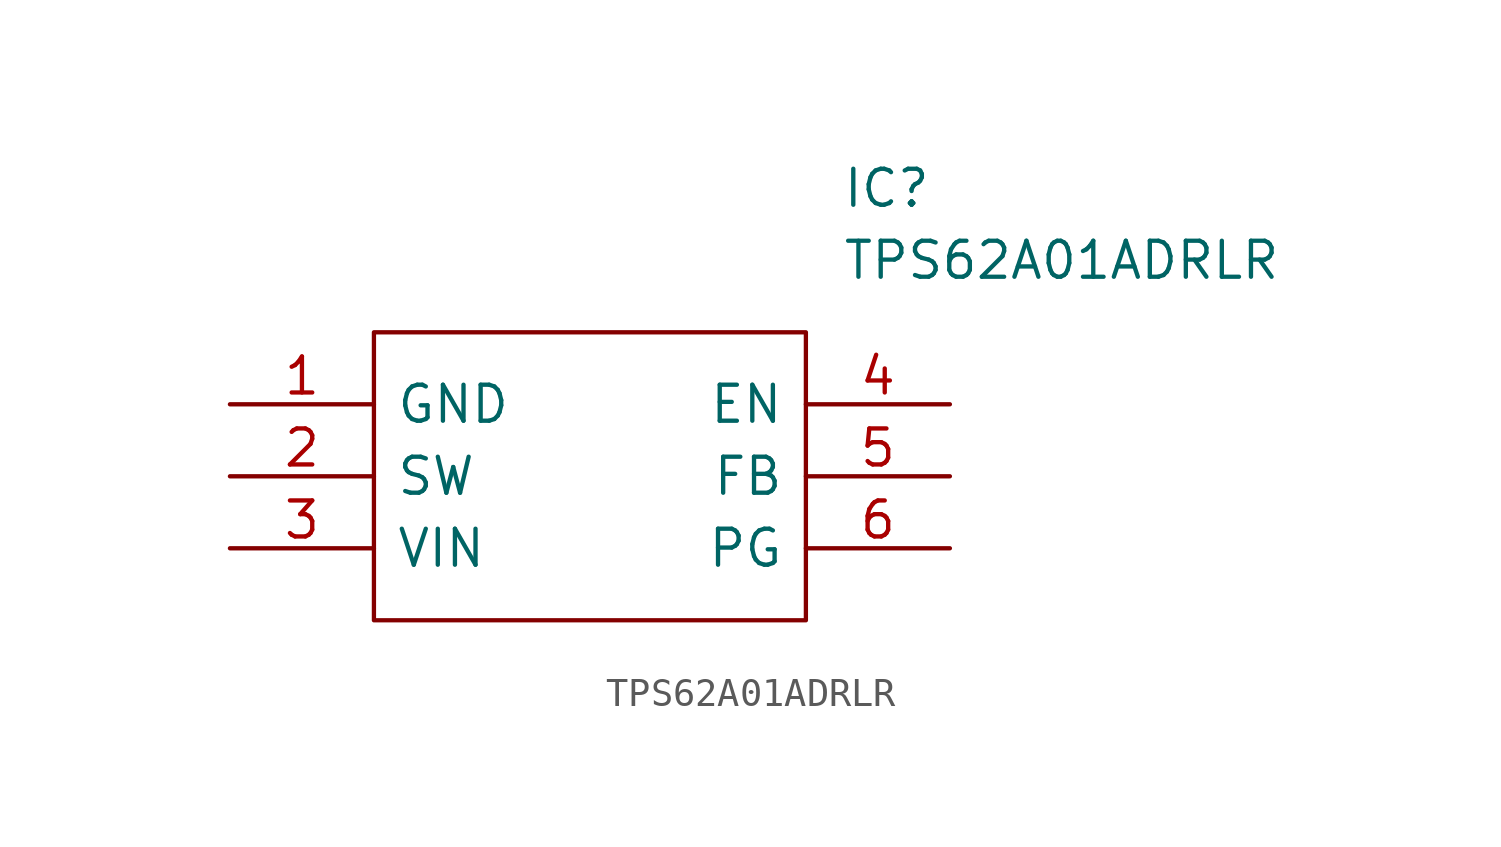
<source format=kicad_sym>
(kicad_symbol_lib
  (version 20211014)
  (generator kicad_symbol_editor)
  (symbol "TPS62A01ADRLR"
    (pin_names
      (offset 0.762))
    (property "Reference" "IC"
      (at 21.59 7.62 0)
      (effects (font (size 1.27 1.27)) (justify left)))
    (property "Value" "TPS62A01ADRLR"
      (at 21.59 5.08 0)
      (effects (font (size 1.27 1.27)) (justify left)))
    (symbol "TPS62A01ADRLR_0_0"
      (pin passive line (at 0 0 0) (length 5.08) (name "GND" (effects (font (size 1.27 1.27)))) (number "1" (effects (font (size 1.27 1.27)))))
      (pin passive line (at 0 -2.54 0) (length 5.08) (name "SW" (effects (font (size 1.27 1.27)))) (number "2" (effects (font (size 1.27 1.27)))))
      (pin passive line (at 0 -5.08 0) (length 5.08) (name "VIN" (effects (font (size 1.27 1.27)))) (number "3" (effects (font (size 1.27 1.27)))))
      (pin passive line (at 25.4 0 180) (length 5.08) (name "EN" (effects (font (size 1.27 1.27)))) (number "4" (effects (font (size 1.27 1.27)))))
      (pin passive line (at 25.4 -2.54 180) (length 5.08) (name "FB" (effects (font (size 1.27 1.27)))) (number "5" (effects (font (size 1.27 1.27)))))
      (pin passive line (at 25.4 -5.08 180) (length 5.08) (name "PG" (effects (font (size 1.27 1.27)))) (number "6" (effects (font (size 1.27 1.27))))))
    (symbol "TPS62A01ADRLR_0_1"
      (polyline (pts (xy 5.08 2.54) (xy 20.32 2.54) (xy 20.32 -7.62) (xy 5.08 -7.62) (xy 5.08 2.54)) (stroke (width 0.152) (type default) (color 0 0 0 0)) (fill (type none))))))
</source>
